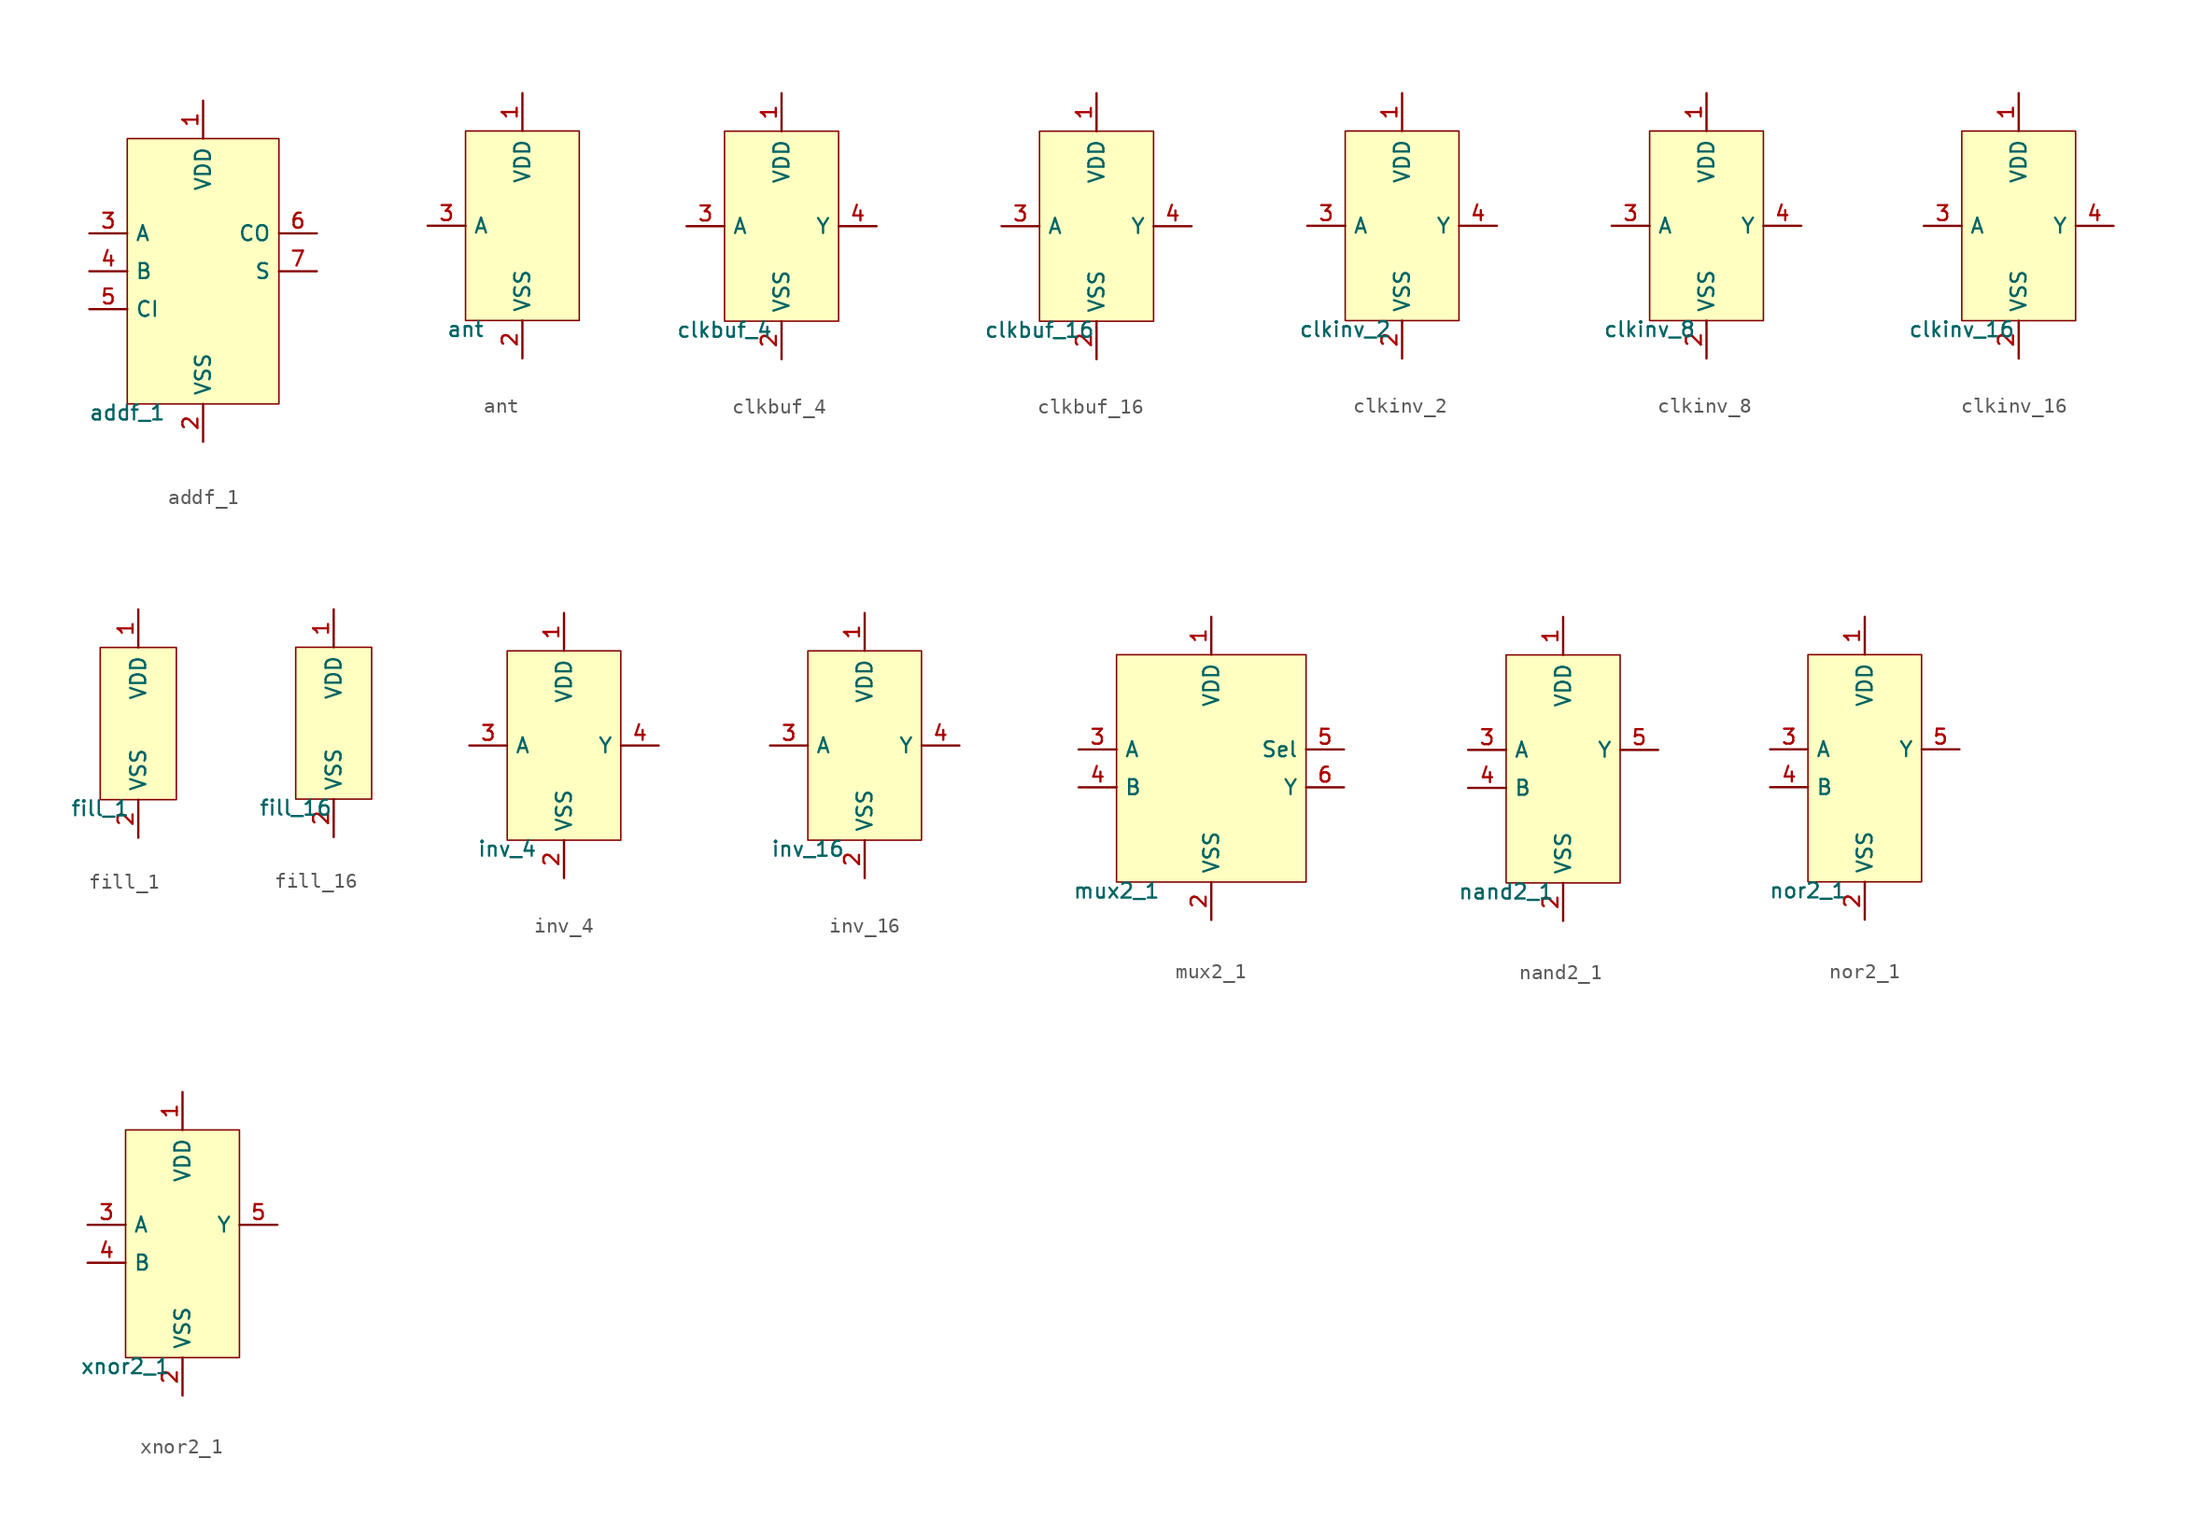
<source format=kicad_sym>
(kicad_symbol_lib
  (version 20211014)
  (generator pdk2kicad)
  (symbol "addf_1"
    (property "Reference" "X"
      (at 0 0 0)
      (effects (font (size 1 1)) hide))
    (property "Value" "addf_1"
      (at -5.08 -8.89 0)
      (effects (font (size 1 1)) (justify top)))
    (rectangle
      (start -5.08 -8.89)
      (end 5.08 8.89)
      (stroke (width 0.1) (type solid) (color 0 0 0 0))
      (fill (type background)))
    (pin power_in line
      (at 0.0 11.43 270)
      (length 2.54)
      (name "VDD" (effects (font (size 1 1)) hide))
      (number "1" (effects (font (size 1 1)) hide)))
    (pin power_in line
      (at 0.0 -11.43 90)
      (length 2.54)
      (name "VSS" (effects (font (size 1 1)) hide))
      (number "2" (effects (font (size 1 1)) hide)))
    (pin input line
      (at -7.62 2.54 0)
      (length 2.54)
      (name "A" (effects (font (size 1 1)) hide))
      (number "3" (effects (font (size 1 1)) hide)))
    (pin input line
      (at -7.62 4.440892098500626e-16 0)
      (length 2.54)
      (name "B" (effects (font (size 1 1)) hide))
      (number "4" (effects (font (size 1 1)) hide)))
    (pin input line
      (at -7.62 -2.54 0)
      (length 2.54)
      (name "CI" (effects (font (size 1 1)) hide))
      (number "5" (effects (font (size 1 1)) hide)))
    (pin output line
      (at 7.62 2.54 180)
      (length 2.54)
      (name "CO" (effects (font (size 1 1)) hide))
      (number "6" (effects (font (size 1 1)) hide)))
    (pin output line
      (at 7.62 4.440892098500626e-16 180)
      (length 2.54)
      (name "S" (effects (font (size 1 1)) hide))
      (number "7" (effects (font (size 1 1)) hide))))
  (symbol "ant"
    (property "Reference" "X"
      (at 0 0 0)
      (effects (font (size 1 1)) hide))
    (property "Value" "ant"
      (at -3.81 -6.35 0)
      (effects (font (size 1 1)) (justify top)))
    (rectangle
      (start -3.81 -6.35)
      (end 3.81 6.35)
      (stroke (width 0.1) (type solid) (color 0 0 0 0))
      (fill (type background)))
    (pin power_in line
      (at 0.0 8.89 270)
      (length 2.54)
      (name "VDD" (effects (font (size 1 1)) hide))
      (number "1" (effects (font (size 1 1)) hide)))
    (pin power_in line
      (at 0.0 -8.89 90)
      (length 2.54)
      (name "VSS" (effects (font (size 1 1)) hide))
      (number "2" (effects (font (size 1 1)) hide)))
    (pin input line
      (at -6.35 -4.440892098500626e-16 0)
      (length 2.54)
      (name "A" (effects (font (size 1 1)) hide))
      (number "3" (effects (font (size 1 1)) hide))))
  (symbol "clkbuf_4"
    (property "Reference" "X"
      (at 0 0 0)
      (effects (font (size 1 1)) hide))
    (property "Value" "clkbuf_4"
      (at -3.81 -6.35 0)
      (effects (font (size 1 1)) (justify top)))
    (rectangle
      (start -3.81 -6.35)
      (end 3.81 6.35)
      (stroke (width 0.1) (type solid) (color 0 0 0 0))
      (fill (type background)))
    (pin power_in line
      (at 0.0 8.89 270)
      (length 2.54)
      (name "VDD" (effects (font (size 1 1)) hide))
      (number "1" (effects (font (size 1 1)) hide)))
    (pin power_in line
      (at 0.0 -8.89 90)
      (length 2.54)
      (name "VSS" (effects (font (size 1 1)) hide))
      (number "2" (effects (font (size 1 1)) hide)))
    (pin input line
      (at -6.35 -4.440892098500626e-16 0)
      (length 2.54)
      (name "A" (effects (font (size 1 1)) hide))
      (number "3" (effects (font (size 1 1)) hide)))
    (pin output line
      (at 6.35 -4.440892098500626e-16 180)
      (length 2.54)
      (name "Y" (effects (font (size 1 1)) hide))
      (number "4" (effects (font (size 1 1)) hide))))
  (symbol "clkbuf_16"
    (property "Reference" "X"
      (at 0 0 0)
      (effects (font (size 1 1)) hide))
    (property "Value" "clkbuf_16"
      (at -3.81 -6.35 0)
      (effects (font (size 1 1)) (justify top)))
    (rectangle
      (start -3.81 -6.35)
      (end 3.81 6.35)
      (stroke (width 0.1) (type solid) (color 0 0 0 0))
      (fill (type background)))
    (pin power_in line
      (at 0.0 8.89 270)
      (length 2.54)
      (name "VDD" (effects (font (size 1 1)) hide))
      (number "1" (effects (font (size 1 1)) hide)))
    (pin power_in line
      (at 0.0 -8.89 90)
      (length 2.54)
      (name "VSS" (effects (font (size 1 1)) hide))
      (number "2" (effects (font (size 1 1)) hide)))
    (pin input line
      (at -6.35 -4.440892098500626e-16 0)
      (length 2.54)
      (name "A" (effects (font (size 1 1)) hide))
      (number "3" (effects (font (size 1 1)) hide)))
    (pin output line
      (at 6.35 -4.440892098500626e-16 180)
      (length 2.54)
      (name "Y" (effects (font (size 1 1)) hide))
      (number "4" (effects (font (size 1 1)) hide))))
  (symbol "clkinv_2"
    (property "Reference" "X"
      (at 0 0 0)
      (effects (font (size 1 1)) hide))
    (property "Value" "clkinv_2"
      (at -3.81 -6.35 0)
      (effects (font (size 1 1)) (justify top)))
    (rectangle
      (start -3.81 -6.35)
      (end 3.81 6.35)
      (stroke (width 0.1) (type solid) (color 0 0 0 0))
      (fill (type background)))
    (pin power_in line
      (at 0.0 8.89 270)
      (length 2.54)
      (name "VDD" (effects (font (size 1 1)) hide))
      (number "1" (effects (font (size 1 1)) hide)))
    (pin power_in line
      (at 0.0 -8.89 90)
      (length 2.54)
      (name "VSS" (effects (font (size 1 1)) hide))
      (number "2" (effects (font (size 1 1)) hide)))
    (pin input line
      (at -6.35 -4.440892098500626e-16 0)
      (length 2.54)
      (name "A" (effects (font (size 1 1)) hide))
      (number "3" (effects (font (size 1 1)) hide)))
    (pin output line
      (at 6.35 -4.440892098500626e-16 180)
      (length 2.54)
      (name "Y" (effects (font (size 1 1)) hide))
      (number "4" (effects (font (size 1 1)) hide))))
  (symbol "clkinv_8"
    (property "Reference" "X"
      (at 0 0 0)
      (effects (font (size 1 1)) hide))
    (property "Value" "clkinv_8"
      (at -3.81 -6.35 0)
      (effects (font (size 1 1)) (justify top)))
    (rectangle
      (start -3.81 -6.35)
      (end 3.81 6.35)
      (stroke (width 0.1) (type solid) (color 0 0 0 0))
      (fill (type background)))
    (pin power_in line
      (at 0.0 8.89 270)
      (length 2.54)
      (name "VDD" (effects (font (size 1 1)) hide))
      (number "1" (effects (font (size 1 1)) hide)))
    (pin power_in line
      (at 0.0 -8.89 90)
      (length 2.54)
      (name "VSS" (effects (font (size 1 1)) hide))
      (number "2" (effects (font (size 1 1)) hide)))
    (pin input line
      (at -6.35 -4.440892098500626e-16 0)
      (length 2.54)
      (name "A" (effects (font (size 1 1)) hide))
      (number "3" (effects (font (size 1 1)) hide)))
    (pin output line
      (at 6.35 -4.440892098500626e-16 180)
      (length 2.54)
      (name "Y" (effects (font (size 1 1)) hide))
      (number "4" (effects (font (size 1 1)) hide))))
  (symbol "clkinv_16"
    (property "Reference" "X"
      (at 0 0 0)
      (effects (font (size 1 1)) hide))
    (property "Value" "clkinv_16"
      (at -3.81 -6.35 0)
      (effects (font (size 1 1)) (justify top)))
    (rectangle
      (start -3.81 -6.35)
      (end 3.81 6.35)
      (stroke (width 0.1) (type solid) (color 0 0 0 0))
      (fill (type background)))
    (pin power_in line
      (at 0.0 8.89 270)
      (length 2.54)
      (name "VDD" (effects (font (size 1 1)) hide))
      (number "1" (effects (font (size 1 1)) hide)))
    (pin power_in line
      (at 0.0 -8.89 90)
      (length 2.54)
      (name "VSS" (effects (font (size 1 1)) hide))
      (number "2" (effects (font (size 1 1)) hide)))
    (pin input line
      (at -6.35 -4.440892098500626e-16 0)
      (length 2.54)
      (name "A" (effects (font (size 1 1)) hide))
      (number "3" (effects (font (size 1 1)) hide)))
    (pin output line
      (at 6.35 -4.440892098500626e-16 180)
      (length 2.54)
      (name "Y" (effects (font (size 1 1)) hide))
      (number "4" (effects (font (size 1 1)) hide))))
  (symbol "fill_1"
    (property "Reference" "X"
      (at 0 0 0)
      (effects (font (size 1 1)) hide))
    (property "Value" "fill_1"
      (at -2.54 -5.08 0)
      (effects (font (size 1 1)) (justify top)))
    (rectangle
      (start -2.54 -5.08)
      (end 2.54 5.08)
      (stroke (width 0.1) (type solid) (color 0 0 0 0))
      (fill (type background)))
    (pin power_in line
      (at 0.0 7.62 270)
      (length 2.54)
      (name "VDD" (effects (font (size 1 1)) hide))
      (number "1" (effects (font (size 1 1)) hide)))
    (pin power_in line
      (at 0.0 -7.62 90)
      (length 2.54)
      (name "VSS" (effects (font (size 1 1)) hide))
      (number "2" (effects (font (size 1 1)) hide))))
  (symbol "fill_16"
    (property "Reference" "X"
      (at 0 0 0)
      (effects (font (size 1 1)) hide))
    (property "Value" "fill_16"
      (at -2.54 -5.08 0)
      (effects (font (size 1 1)) (justify top)))
    (rectangle
      (start -2.54 -5.08)
      (end 2.54 5.08)
      (stroke (width 0.1) (type solid) (color 0 0 0 0))
      (fill (type background)))
    (pin power_in line
      (at 0.0 7.62 270)
      (length 2.54)
      (name "VDD" (effects (font (size 1 1)) hide))
      (number "1" (effects (font (size 1 1)) hide)))
    (pin power_in line
      (at 0.0 -7.62 90)
      (length 2.54)
      (name "VSS" (effects (font (size 1 1)) hide))
      (number "2" (effects (font (size 1 1)) hide))))
  (symbol "inv_4"
    (property "Reference" "X"
      (at 0 0 0)
      (effects (font (size 1 1)) hide))
    (property "Value" "inv_4"
      (at -3.81 -6.35 0)
      (effects (font (size 1 1)) (justify top)))
    (rectangle
      (start -3.81 -6.35)
      (end 3.81 6.35)
      (stroke (width 0.1) (type solid) (color 0 0 0 0))
      (fill (type background)))
    (pin power_in line
      (at 0.0 8.89 270)
      (length 2.54)
      (name "VDD" (effects (font (size 1 1)) hide))
      (number "1" (effects (font (size 1 1)) hide)))
    (pin power_in line
      (at 0.0 -8.89 90)
      (length 2.54)
      (name "VSS" (effects (font (size 1 1)) hide))
      (number "2" (effects (font (size 1 1)) hide)))
    (pin input line
      (at -6.35 -4.440892098500626e-16 0)
      (length 2.54)
      (name "A" (effects (font (size 1 1)) hide))
      (number "3" (effects (font (size 1 1)) hide)))
    (pin output line
      (at 6.35 -4.440892098500626e-16 180)
      (length 2.54)
      (name "Y" (effects (font (size 1 1)) hide))
      (number "4" (effects (font (size 1 1)) hide))))
  (symbol "inv_16"
    (property "Reference" "X"
      (at 0 0 0)
      (effects (font (size 1 1)) hide))
    (property "Value" "inv_16"
      (at -3.81 -6.35 0)
      (effects (font (size 1 1)) (justify top)))
    (rectangle
      (start -3.81 -6.35)
      (end 3.81 6.35)
      (stroke (width 0.1) (type solid) (color 0 0 0 0))
      (fill (type background)))
    (pin power_in line
      (at 0.0 8.89 270)
      (length 2.54)
      (name "VDD" (effects (font (size 1 1)) hide))
      (number "1" (effects (font (size 1 1)) hide)))
    (pin power_in line
      (at 0.0 -8.89 90)
      (length 2.54)
      (name "VSS" (effects (font (size 1 1)) hide))
      (number "2" (effects (font (size 1 1)) hide)))
    (pin input line
      (at -6.35 -4.440892098500626e-16 0)
      (length 2.54)
      (name "A" (effects (font (size 1 1)) hide))
      (number "3" (effects (font (size 1 1)) hide)))
    (pin output line
      (at 6.35 -4.440892098500626e-16 180)
      (length 2.54)
      (name "Y" (effects (font (size 1 1)) hide))
      (number "4" (effects (font (size 1 1)) hide))))
  (symbol "mux2_1"
    (property "Reference" "X"
      (at 0 0 0)
      (effects (font (size 1 1)) hide))
    (property "Value" "mux2_1"
      (at -6.35 -7.62 0)
      (effects (font (size 1 1)) (justify top)))
    (rectangle
      (start -6.35 -7.62)
      (end 6.35 7.62)
      (stroke (width 0.1) (type solid) (color 0 0 0 0))
      (fill (type background)))
    (pin power_in line
      (at 4.440892098500626e-16 10.16 270)
      (length 2.54)
      (name "VDD" (effects (font (size 1 1)) hide))
      (number "1" (effects (font (size 1 1)) hide)))
    (pin power_in line
      (at 4.440892098500626e-16 -10.16 90)
      (length 2.54)
      (name "VSS" (effects (font (size 1 1)) hide))
      (number "2" (effects (font (size 1 1)) hide)))
    (pin input line
      (at -8.89 1.27 0)
      (length 2.54)
      (name "A" (effects (font (size 1 1)) hide))
      (number "3" (effects (font (size 1 1)) hide)))
    (pin input line
      (at -8.89 -1.27 0)
      (length 2.54)
      (name "B" (effects (font (size 1 1)) hide))
      (number "4" (effects (font (size 1 1)) hide)))
    (pin output line
      (at 8.89 1.27 180)
      (length 2.54)
      (name "Sel" (effects (font (size 1 1)) hide))
      (number "5" (effects (font (size 1 1)) hide)))
    (pin output line
      (at 8.89 -1.27 180)
      (length 2.54)
      (name "Y" (effects (font (size 1 1)) hide))
      (number "6" (effects (font (size 1 1)) hide))))
  (symbol "nand2_1"
    (property "Reference" "X"
      (at 0 0 0)
      (effects (font (size 1 1)) hide))
    (property "Value" "nand2_1"
      (at -3.81 -7.62 0)
      (effects (font (size 1 1)) (justify top)))
    (rectangle
      (start -3.81 -7.62)
      (end 3.81 7.62)
      (stroke (width 0.1) (type solid) (color 0 0 0 0))
      (fill (type background)))
    (pin power_in line
      (at 0.0 10.16 270)
      (length 2.54)
      (name "VDD" (effects (font (size 1 1)) hide))
      (number "1" (effects (font (size 1 1)) hide)))
    (pin power_in line
      (at 0.0 -10.16 90)
      (length 2.54)
      (name "VSS" (effects (font (size 1 1)) hide))
      (number "2" (effects (font (size 1 1)) hide)))
    (pin input line
      (at -6.35 1.27 0)
      (length 2.54)
      (name "A" (effects (font (size 1 1)) hide))
      (number "3" (effects (font (size 1 1)) hide)))
    (pin input line
      (at -6.35 -1.27 0)
      (length 2.54)
      (name "B" (effects (font (size 1 1)) hide))
      (number "4" (effects (font (size 1 1)) hide)))
    (pin output line
      (at 6.35 1.27 180)
      (length 2.54)
      (name "Y" (effects (font (size 1 1)) hide))
      (number "5" (effects (font (size 1 1)) hide))))
  (symbol "nor2_1"
    (property "Reference" "X"
      (at 0 0 0)
      (effects (font (size 1 1)) hide))
    (property "Value" "nor2_1"
      (at -3.81 -7.62 0)
      (effects (font (size 1 1)) (justify top)))
    (rectangle
      (start -3.81 -7.62)
      (end 3.81 7.62)
      (stroke (width 0.1) (type solid) (color 0 0 0 0))
      (fill (type background)))
    (pin power_in line
      (at 0.0 10.16 270)
      (length 2.54)
      (name "VDD" (effects (font (size 1 1)) hide))
      (number "1" (effects (font (size 1 1)) hide)))
    (pin power_in line
      (at 0.0 -10.16 90)
      (length 2.54)
      (name "VSS" (effects (font (size 1 1)) hide))
      (number "2" (effects (font (size 1 1)) hide)))
    (pin input line
      (at -6.35 1.27 0)
      (length 2.54)
      (name "A" (effects (font (size 1 1)) hide))
      (number "3" (effects (font (size 1 1)) hide)))
    (pin input line
      (at -6.35 -1.27 0)
      (length 2.54)
      (name "B" (effects (font (size 1 1)) hide))
      (number "4" (effects (font (size 1 1)) hide)))
    (pin output line
      (at 6.35 1.27 180)
      (length 2.54)
      (name "Y" (effects (font (size 1 1)) hide))
      (number "5" (effects (font (size 1 1)) hide))))
  (symbol "xnor2_1"
    (property "Reference" "X"
      (at 0 0 0)
      (effects (font (size 1 1)) hide))
    (property "Value" "xnor2_1"
      (at -3.81 -7.62 0)
      (effects (font (size 1 1)) (justify top)))
    (rectangle
      (start -3.81 -7.62)
      (end 3.81 7.62)
      (stroke (width 0.1) (type solid) (color 0 0 0 0))
      (fill (type background)))
    (pin power_in line
      (at 0.0 10.16 270)
      (length 2.54)
      (name "VDD" (effects (font (size 1 1)) hide))
      (number "1" (effects (font (size 1 1)) hide)))
    (pin power_in line
      (at 0.0 -10.16 90)
      (length 2.54)
      (name "VSS" (effects (font (size 1 1)) hide))
      (number "2" (effects (font (size 1 1)) hide)))
    (pin input line
      (at -6.35 1.27 0)
      (length 2.54)
      (name "A" (effects (font (size 1 1)) hide))
      (number "3" (effects (font (size 1 1)) hide)))
    (pin input line
      (at -6.35 -1.27 0)
      (length 2.54)
      (name "B" (effects (font (size 1 1)) hide))
      (number "4" (effects (font (size 1 1)) hide)))
    (pin output line
      (at 6.35 1.27 180)
      (length 2.54)
      (name "Y" (effects (font (size 1 1)) hide))
      (number "5" (effects (font (size 1 1)) hide)))))
</source>
